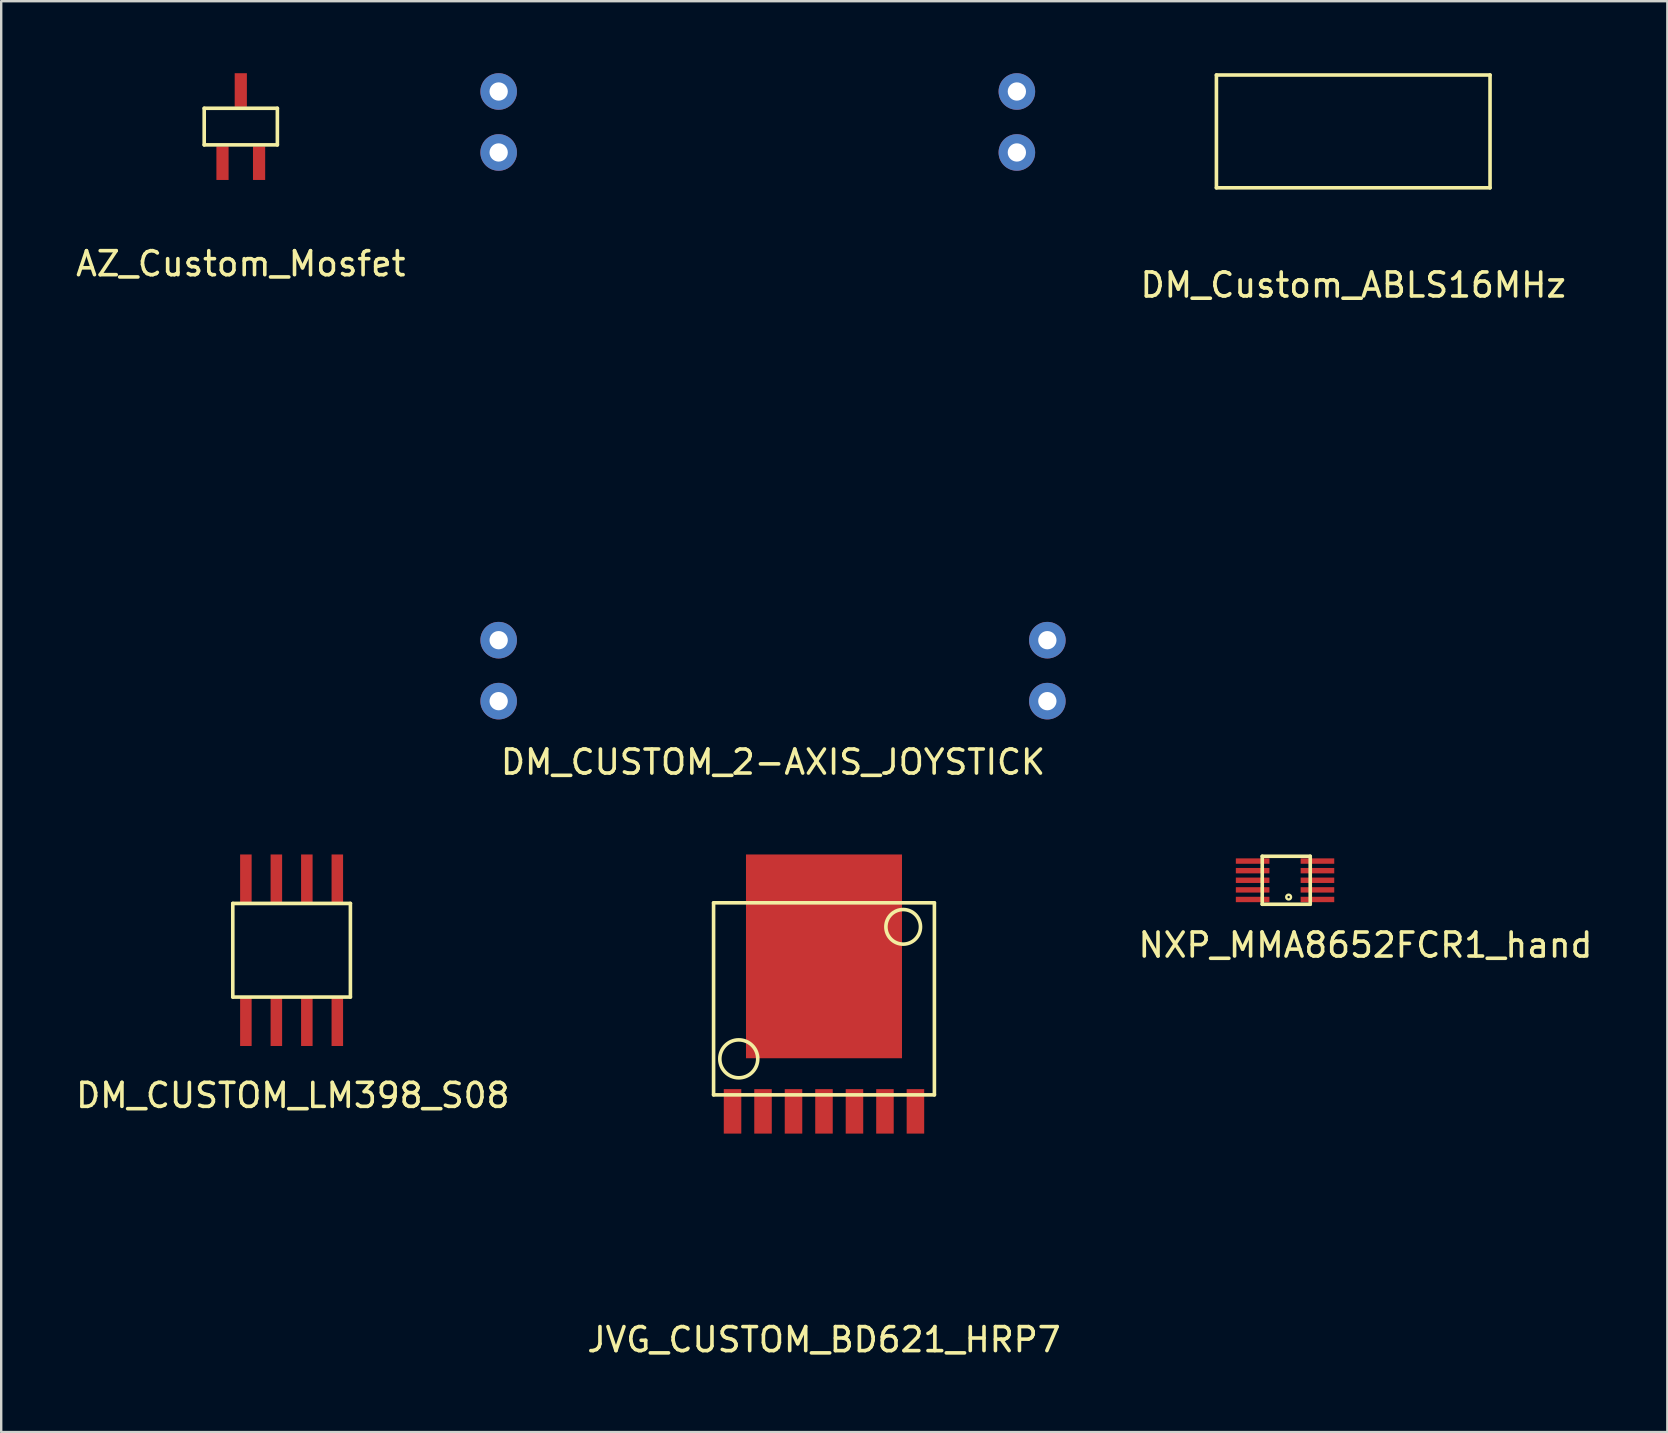
<source format=kicad_pcb>
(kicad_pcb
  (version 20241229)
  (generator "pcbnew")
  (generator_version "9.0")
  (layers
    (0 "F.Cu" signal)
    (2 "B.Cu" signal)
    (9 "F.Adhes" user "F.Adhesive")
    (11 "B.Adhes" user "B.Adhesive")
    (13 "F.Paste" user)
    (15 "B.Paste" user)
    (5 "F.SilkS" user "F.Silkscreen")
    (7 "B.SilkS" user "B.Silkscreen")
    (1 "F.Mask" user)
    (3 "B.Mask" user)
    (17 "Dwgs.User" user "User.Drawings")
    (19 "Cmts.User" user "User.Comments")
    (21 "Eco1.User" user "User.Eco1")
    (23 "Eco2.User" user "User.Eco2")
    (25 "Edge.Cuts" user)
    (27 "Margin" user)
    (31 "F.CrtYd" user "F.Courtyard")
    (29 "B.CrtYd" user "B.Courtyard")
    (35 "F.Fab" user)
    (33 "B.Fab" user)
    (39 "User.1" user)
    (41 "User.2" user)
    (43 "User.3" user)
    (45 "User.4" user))
  (footprint "DM_CUSTOM_LM398_S08"
    (layer "F.Cu")
    (at 9.099 36.54)
    (property "Reference" "DM_CUSTOM_LM398_S08" (at 0.05 6.05 0) (layer "F.SilkS") (effects (font (size 1 1) (thickness 0.15))))
    (attr through_hole)
    (fp_line (start -2.45 -1.95) (end -2.45 1.95) (stroke (width 0.15) (type solid)) (layer "F.SilkS"))
    (fp_line (start -2.45 1.95) (end 2.45 1.95) (stroke (width 0.15) (type solid)) (layer "F.SilkS"))
    (fp_line (start 2.45 -1.95) (end -2.45 -1.95) (stroke (width 0.15) (type solid)) (layer "F.SilkS"))
    (fp_line (start 2.45 1.95) (end 2.45 -1.95) (stroke (width 0.15) (type solid)) (layer "F.SilkS"))
    (pad "1" smd rect (at -1.905 2.97) (size 0.48 2.04) (layers "F.Cu" "F.Mask" "F.Paste"))
    (pad "2" smd rect (at -0.635 2.97) (size 0.48 2.04) (layers "F.Cu" "F.Mask" "F.Paste"))
    (pad "3" smd rect (at 0.635 2.97) (size 0.48 2.04) (layers "F.Cu" "F.Mask" "F.Paste"))
    (pad "4" smd rect (at 1.905 2.97) (size 0.48 2.04) (layers "F.Cu" "F.Mask" "F.Paste"))
    (pad "5" smd rect (at 1.905 -2.97) (size 0.48 2.04) (layers "F.Cu" "F.Mask" "F.Paste"))
    (pad "6" smd rect (at 0.635 -2.97) (size 0.48 2.04) (layers "F.Cu" "F.Mask" "F.Paste"))
    (pad "7" smd rect (at -0.635 -2.97) (size 0.48 2.04) (layers "F.Cu" "F.Mask" "F.Paste"))
    (pad "8" smd rect (at -1.905 -2.97) (size 0.48 2.04) (layers "F.Cu" "F.Mask" "F.Paste")))
  (footprint "DM_Custom_ABLS16MHz"
    (layer "F.Cu")
    (at 53.33 2.425)
    (property "Reference" "DM_Custom_ABLS16MHz" (at 0 6.4 0) (layer "F.SilkS") (effects (font (size 1 1) (thickness 0.15))))
    (attr through_hole)
    (fp_line (start -5.7 -2.35) (end -5.7 2.35) (stroke (width 0.15) (type solid)) (layer "F.SilkS"))
    (fp_line (start -5.7 2.35) (end 5.7 2.35) (stroke (width 0.15) (type solid)) (layer "F.SilkS"))
    (fp_line (start 5.7 -2.35) (end -5.7 -2.35) (stroke (width 0.15) (type solid)) (layer "F.SilkS"))
    (fp_line (start 5.7 2.35) (end 5.7 -2.35) (stroke (width 0.15) (type solid)) (layer "F.SilkS")))
  (footprint "DM_CUSTOM_2-AXIS_JOYSTICK"
    (layer "F.Cu")
    (at 29.156 13.462)
    (property "Reference" "DM_CUSTOM_2-AXIS_JOYSTICK" (at 0 15.24 0) (layer "F.SilkS") (effects (font (size 1 1) (thickness 0.15))))
    (attr through_hole)
    (pad "1" thru_hole circle (at -11.43 -12.7) (size 1.524 1.524) (drill 0.762) (layers "*.Cu" "*.Mask"))
    (pad "2" thru_hole circle (at -11.43 -10.16) (size 1.524 1.524) (drill 0.762) (layers "*.Cu" "*.Mask"))
    (pad "3" thru_hole circle (at -11.43 10.16) (size 1.524 1.524) (drill 0.762) (layers "*.Cu" "*.Mask"))
    (pad "4" thru_hole circle (at -11.43 12.7) (size 1.524 1.524) (drill 0.762) (layers "*.Cu" "*.Mask"))
    (pad "5" thru_hole circle (at 11.43 12.7) (size 1.524 1.524) (drill 0.762) (layers "*.Cu" "*.Mask"))
    (pad "6" thru_hole circle (at 11.43 10.16) (size 1.524 1.524) (drill 0.762) (layers "*.Cu" "*.Mask"))
    (pad "7" thru_hole circle (at 10.16 -10.16) (size 1.524 1.524) (drill 0.762) (layers "*.Cu" "*.Mask"))
    (pad "8" thru_hole circle (at 10.16 -12.7) (size 1.524 1.524) (drill 0.762) (layers "*.Cu" "*.Mask")))
  (footprint "NXP_MMA8652FCR1_hand"
    (layer "F.Cu")
    (at 50.539 33.625)
    (property "Reference" "NXP_MMA8652FCR1_hand" (at 3.3 2.7 0) (layer "F.SilkS") (effects (font (size 1 1) (thickness 0.15))))
    (attr through_hole)
    (fp_line (start -1 -1) (end -1 1) (stroke (width 0.15) (type solid)) (layer "F.SilkS"))
    (fp_line (start -1 1) (end 1 1) (stroke (width 0.15) (type solid)) (layer "F.SilkS"))
    (fp_line (start 1 -1) (end -1 -1) (stroke (width 0.15) (type solid)) (layer "F.SilkS"))
    (fp_line (start 1 1) (end 1 -1) (stroke (width 0.15) (type solid)) (layer "F.SilkS"))
    (fp_circle (center 0.1 0.7) (end 0.2 0.7) (stroke (width 0.1) (type solid)) (fill no) (layer "F.SilkS"))
    (pad "1" smd rect (at 1.3 0.8) (size 1.4 0.225) (layers "F.Cu" "F.Mask" "F.Paste"))
    (pad "2" smd rect (at 1.3 0.4) (size 1.4 0.225) (layers "F.Cu" "F.Mask" "F.Paste"))
    (pad "3" smd rect (at 1.3 0) (size 1.4 0.225) (layers "F.Cu" "F.Mask" "F.Paste"))
    (pad "4" smd rect (at 1.3 -0.4) (size 1.4 0.225) (layers "F.Cu" "F.Mask" "F.Paste"))
    (pad "5" smd rect (at 1.3 -0.8) (size 1.4 0.225) (layers "F.Cu" "F.Mask" "F.Paste"))
    (pad "6" smd rect (at -1.4 -0.8) (size 1.4 0.225) (layers "F.Cu" "F.Mask" "F.Paste"))
    (pad "7" smd rect (at -1.4 -0.4) (size 1.4 0.225) (layers "F.Cu" "F.Mask" "F.Paste"))
    (pad "8" smd rect (at -1.4 0) (size 1.4 0.225) (layers "F.Cu" "F.Mask" "F.Paste"))
    (pad "9" smd rect (at -1.4 0.4) (size 1.4 0.225) (layers "F.Cu" "F.Mask" "F.Paste"))
    (pad "10" smd rect (at -1.4 0.8) (size 1.4 0.225) (layers "F.Cu" "F.Mask" "F.Paste")))
  (footprint "AZ_Custom_Mosfet"
    (layer "F.Cu")
    (at 6.982 2.224)
    (property "Reference" "AZ_Custom_Mosfet" (at 0 5.715 0) (layer "F.SilkS") (effects (font (size 1 1) (thickness 0.15))))
    (attr through_hole)
    (fp_line (start -1.524 -0.762) (end -1.524 0.762) (stroke (width 0.15) (type solid)) (layer "F.SilkS"))
    (fp_line (start -1.524 0.762) (end 1.524 0.762) (stroke (width 0.15) (type solid)) (layer "F.SilkS"))
    (fp_line (start 1.524 -0.762) (end -1.524 -0.762) (stroke (width 0.15) (type solid)) (layer "F.SilkS"))
    (fp_line (start 1.524 0.762) (end 1.524 -0.762) (stroke (width 0.15) (type solid)) (layer "F.SilkS"))
    (pad "1" smd rect (at -0.762 1.524) (size 0.508 1.4) (layers "F.Cu" "F.Mask" "F.Paste"))
    (pad "2" smd rect (at 0.762 1.524) (size 0.508 1.4) (layers "F.Cu" "F.Mask" "F.Paste"))
    (pad "3" smd rect (at 0 -1.524) (size 0.508 1.4) (layers "F.Cu" "F.Mask" "F.Paste")))
  (footprint "JVG_CUSTOM_BD621_HRP7"
    (layer "F.Cu")
    (at 31.28 38.565)
    (property "Reference" "JVG_CUSTOM_BD621_HRP7" (at 0 14.2 0) (layer "F.SilkS") (effects (font (size 1 1) (thickness 0.15))))
    (attr through_hole)
    (fp_line (start -4.6 -4) (end 4.6 -4) (stroke (width 0.15) (type solid)) (layer "F.SilkS"))
    (fp_line (start -4.6 4) (end -4.6 -4) (stroke (width 0.15) (type solid)) (layer "F.SilkS"))
    (fp_line (start 4.6 -4) (end 4.6 4) (stroke (width 0.15) (type solid)) (layer "F.SilkS"))
    (fp_line (start 4.6 4) (end -4.6 4) (stroke (width 0.15) (type solid)) (layer "F.SilkS"))
    (fp_circle (center -3.55 2.5) (end -2.8 2.25) (stroke (width 0.15) (type solid)) (fill no) (layer "F.SilkS"))
    (fp_circle (center 3.3 -3) (end 3.9 -2.6) (stroke (width 0.15) (type solid)) (fill no) (layer "F.SilkS"))
    (pad "1" smd rect (at -3.81 4.688) (size 0.73 1.853) (layers "F.Cu" "F.Mask" "F.Paste"))
    (pad "2" smd rect (at -2.54 4.688) (size 0.73 1.853) (layers "F.Cu" "F.Mask" "F.Paste"))
    (pad "3" smd rect (at -1.27 4.688) (size 0.73 1.853) (layers "F.Cu" "F.Mask" "F.Paste"))
    (pad "4" smd rect (at 0 4.688) (size 0.73 1.853) (layers "F.Cu" "F.Mask" "F.Paste"))
    (pad "5" smd rect (at 1.27 4.688) (size 0.73 1.853) (layers "F.Cu" "F.Mask" "F.Paste"))
    (pad "6" smd rect (at 2.54 4.688) (size 0.73 1.853) (layers "F.Cu" "F.Mask" "F.Paste"))
    (pad "7" smd rect (at 3.81 4.688) (size 0.73 1.853) (layers "F.Cu" "F.Mask" "F.Paste"))
    (pad "8" smd rect (at 0 -1.77) (size 6.5 8.49) (layers "F.Cu" "F.Mask" "F.Paste")))
  (gr_rect
    (start -3 -3)
    (end 66.417 56.614)
    (stroke (width 0.1) (type default))
    (fill no)
    (layer "Edge.Cuts")))
</source>
